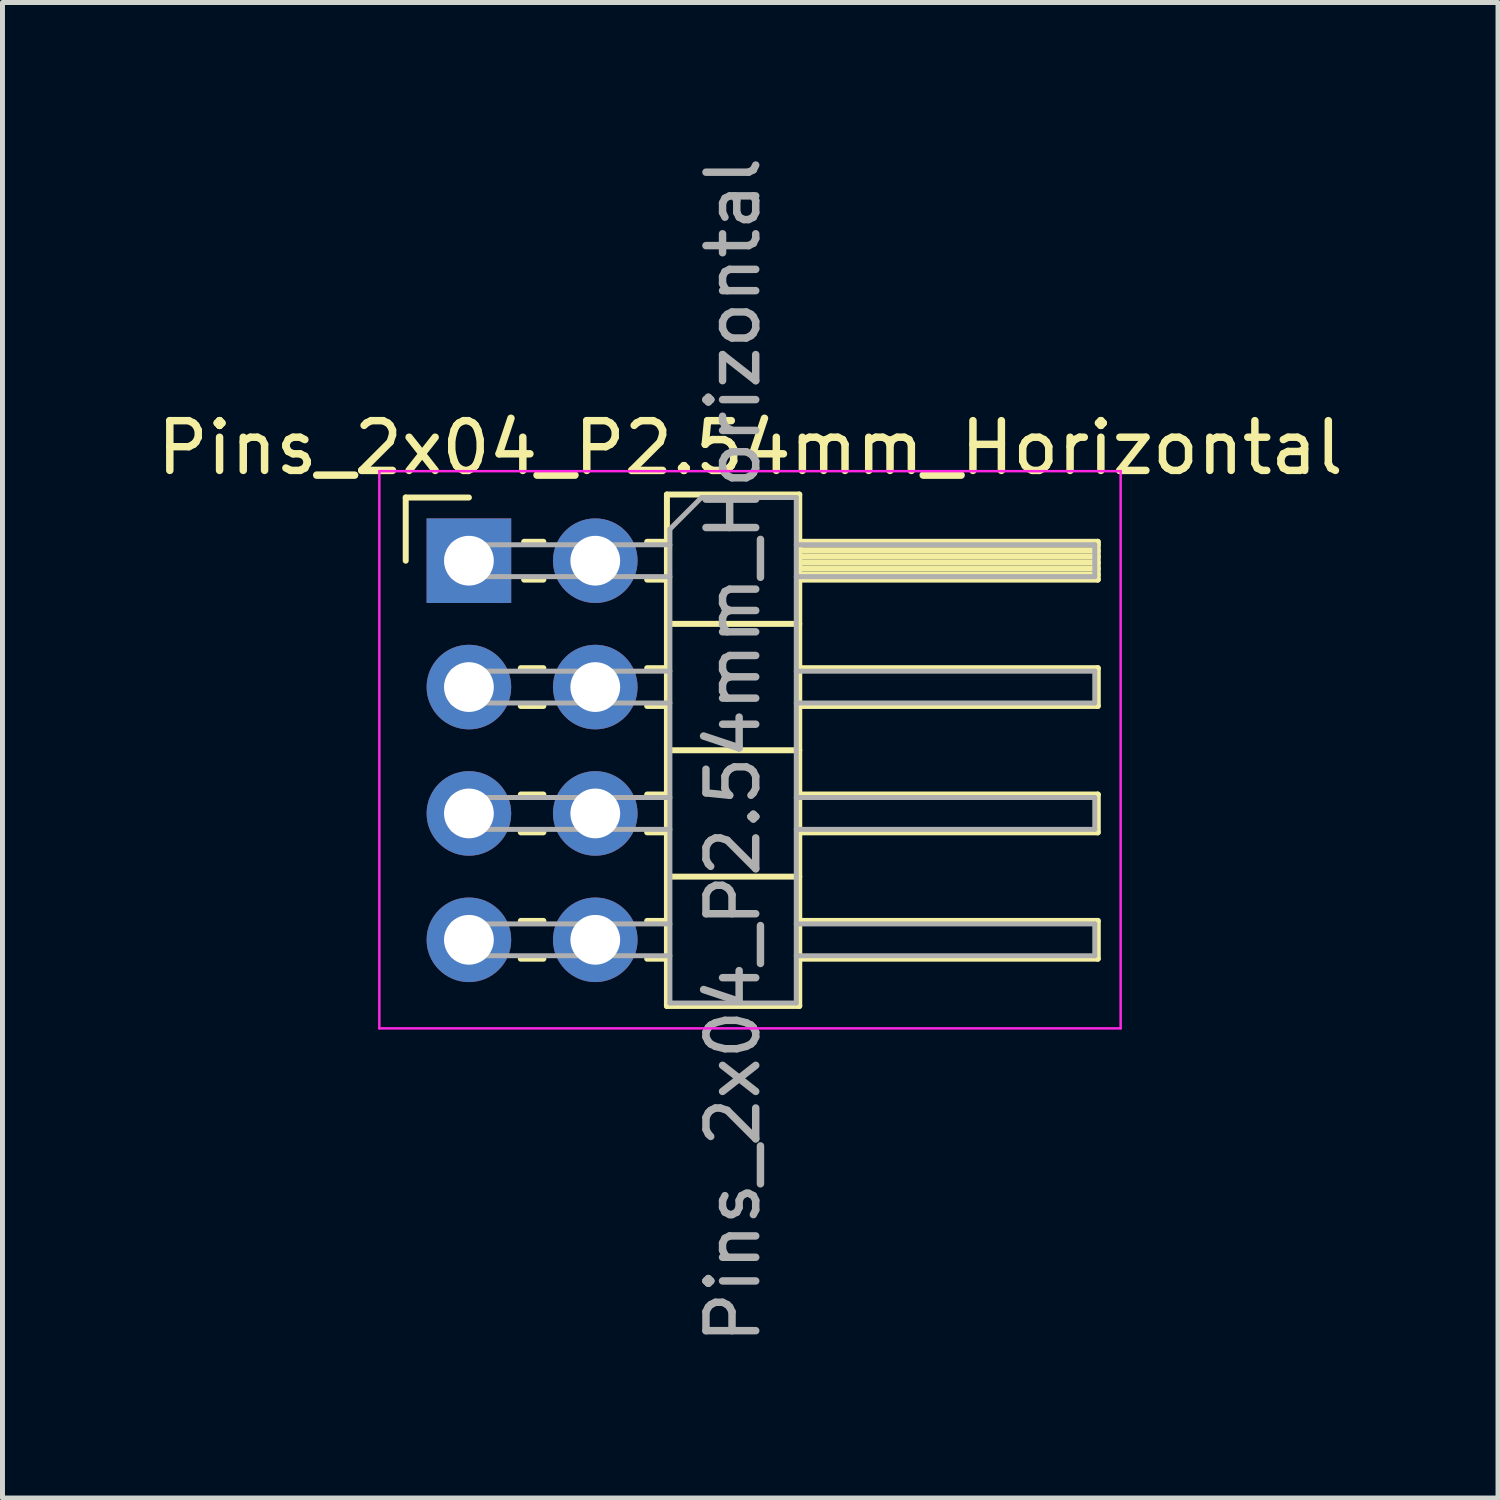
<source format=kicad_pcb>
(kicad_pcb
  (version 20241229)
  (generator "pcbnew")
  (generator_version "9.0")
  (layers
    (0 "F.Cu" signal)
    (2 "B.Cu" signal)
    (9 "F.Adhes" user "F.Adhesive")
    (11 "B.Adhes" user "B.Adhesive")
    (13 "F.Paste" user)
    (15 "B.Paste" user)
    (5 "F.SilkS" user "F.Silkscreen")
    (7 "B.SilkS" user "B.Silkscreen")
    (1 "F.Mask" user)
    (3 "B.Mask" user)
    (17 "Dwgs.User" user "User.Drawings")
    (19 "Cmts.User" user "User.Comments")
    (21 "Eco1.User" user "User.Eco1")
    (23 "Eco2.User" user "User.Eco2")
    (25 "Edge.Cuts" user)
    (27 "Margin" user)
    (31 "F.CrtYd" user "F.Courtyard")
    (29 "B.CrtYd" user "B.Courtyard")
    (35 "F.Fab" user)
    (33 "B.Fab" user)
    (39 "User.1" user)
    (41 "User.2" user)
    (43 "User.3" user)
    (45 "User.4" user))
  (footprint "Pins_2x04_P2.54mm_Horizontal"
    (layer "F.Cu")
    (at 7.645 12.03)
    (property "Reference" "Pins_2x04_P2.54mm_Horizontal" (at 4.385 -6.08 0) (layer "F.SilkS") (effects (font (size 1 1) (thickness 0.15))))
    (attr through_hole)
    (fp_line (start -2.54 -5.08) (end -1.27 -5.08) (stroke (width 0.12) (type solid)) (layer "F.SilkS"))
    (fp_line (start -2.54 -3.81) (end -2.54 -5.08) (stroke (width 0.12) (type solid)) (layer "F.SilkS"))
    (fp_line (start -0.227 -1.65) (end 0.227 -1.65) (stroke (width 0.12) (type solid)) (layer "F.SilkS"))
    (fp_line (start -0.227 -0.89) (end 0.227 -0.89) (stroke (width 0.12) (type solid)) (layer "F.SilkS"))
    (fp_line (start -0.227 0.89) (end 0.227 0.89) (stroke (width 0.12) (type solid)) (layer "F.SilkS"))
    (fp_line (start -0.227 1.65) (end 0.227 1.65) (stroke (width 0.12) (type solid)) (layer "F.SilkS"))
    (fp_line (start -0.227 3.43) (end 0.227 3.43) (stroke (width 0.12) (type solid)) (layer "F.SilkS"))
    (fp_line (start -0.227 4.19) (end 0.227 4.19) (stroke (width 0.12) (type solid)) (layer "F.SilkS"))
    (fp_line (start -0.16 -4.19) (end 0.227 -4.19) (stroke (width 0.12) (type solid)) (layer "F.SilkS"))
    (fp_line (start -0.16 -3.43) (end 0.227 -3.43) (stroke (width 0.12) (type solid)) (layer "F.SilkS"))
    (fp_line (start 2.313 -4.19) (end 2.71 -4.19) (stroke (width 0.12) (type solid)) (layer "F.SilkS"))
    (fp_line (start 2.313 -3.43) (end 2.71 -3.43) (stroke (width 0.12) (type solid)) (layer "F.SilkS"))
    (fp_line (start 2.313 -1.65) (end 2.71 -1.65) (stroke (width 0.12) (type solid)) (layer "F.SilkS"))
    (fp_line (start 2.313 -0.89) (end 2.71 -0.89) (stroke (width 0.12) (type solid)) (layer "F.SilkS"))
    (fp_line (start 2.313 0.89) (end 2.71 0.89) (stroke (width 0.12) (type solid)) (layer "F.SilkS"))
    (fp_line (start 2.313 1.65) (end 2.71 1.65) (stroke (width 0.12) (type solid)) (layer "F.SilkS"))
    (fp_line (start 2.313 3.43) (end 2.71 3.43) (stroke (width 0.12) (type solid)) (layer "F.SilkS"))
    (fp_line (start 2.313 4.19) (end 2.71 4.19) (stroke (width 0.12) (type solid)) (layer "F.SilkS"))
    (fp_line (start 2.71 -5.14) (end 2.71 5.14) (stroke (width 0.12) (type solid)) (layer "F.SilkS"))
    (fp_line (start 2.71 -2.54) (end 5.37 -2.54) (stroke (width 0.12) (type solid)) (layer "F.SilkS"))
    (fp_line (start 2.71 0) (end 5.37 0) (stroke (width 0.12) (type solid)) (layer "F.SilkS"))
    (fp_line (start 2.71 2.54) (end 5.37 2.54) (stroke (width 0.12) (type solid)) (layer "F.SilkS"))
    (fp_line (start 2.71 5.14) (end 5.37 5.14) (stroke (width 0.12) (type solid)) (layer "F.SilkS"))
    (fp_line (start 5.37 -5.14) (end 2.71 -5.14) (stroke (width 0.12) (type solid)) (layer "F.SilkS"))
    (fp_line (start 5.37 -4.19) (end 11.37 -4.19) (stroke (width 0.12) (type solid)) (layer "F.SilkS"))
    (fp_line (start 5.37 -4.13) (end 11.37 -4.13) (stroke (width 0.12) (type solid)) (layer "F.SilkS"))
    (fp_line (start 5.37 -4.01) (end 11.37 -4.01) (stroke (width 0.12) (type solid)) (layer "F.SilkS"))
    (fp_line (start 5.37 -3.89) (end 11.37 -3.89) (stroke (width 0.12) (type solid)) (layer "F.SilkS"))
    (fp_line (start 5.37 -3.77) (end 11.37 -3.77) (stroke (width 0.12) (type solid)) (layer "F.SilkS"))
    (fp_line (start 5.37 -3.65) (end 11.37 -3.65) (stroke (width 0.12) (type solid)) (layer "F.SilkS"))
    (fp_line (start 5.37 -3.53) (end 11.37 -3.53) (stroke (width 0.12) (type solid)) (layer "F.SilkS"))
    (fp_line (start 5.37 -1.65) (end 11.37 -1.65) (stroke (width 0.12) (type solid)) (layer "F.SilkS"))
    (fp_line (start 5.37 0.89) (end 11.37 0.89) (stroke (width 0.12) (type solid)) (layer "F.SilkS"))
    (fp_line (start 5.37 3.43) (end 11.37 3.43) (stroke (width 0.12) (type solid)) (layer "F.SilkS"))
    (fp_line (start 5.37 5.14) (end 5.37 -5.14) (stroke (width 0.12) (type solid)) (layer "F.SilkS"))
    (fp_line (start 11.37 -4.19) (end 11.37 -3.43) (stroke (width 0.12) (type solid)) (layer "F.SilkS"))
    (fp_line (start 11.37 -3.43) (end 5.37 -3.43) (stroke (width 0.12) (type solid)) (layer "F.SilkS"))
    (fp_line (start 11.37 -1.65) (end 11.37 -0.89) (stroke (width 0.12) (type solid)) (layer "F.SilkS"))
    (fp_line (start 11.37 -0.89) (end 5.37 -0.89) (stroke (width 0.12) (type solid)) (layer "F.SilkS"))
    (fp_line (start 11.37 0.89) (end 11.37 1.65) (stroke (width 0.12) (type solid)) (layer "F.SilkS"))
    (fp_line (start 11.37 1.65) (end 5.37 1.65) (stroke (width 0.12) (type solid)) (layer "F.SilkS"))
    (fp_line (start 11.37 3.43) (end 11.37 4.19) (stroke (width 0.12) (type solid)) (layer "F.SilkS"))
    (fp_line (start 11.37 4.19) (end 5.37 4.19) (stroke (width 0.12) (type solid)) (layer "F.SilkS"))
    (fp_line (start -3.07 -5.61) (end -3.07 5.59) (stroke (width 0.05) (type solid)) (layer "F.CrtYd"))
    (fp_line (start -3.07 5.59) (end 11.83 5.59) (stroke (width 0.05) (type solid)) (layer "F.CrtYd"))
    (fp_line (start 11.83 -5.61) (end -3.07 -5.61) (stroke (width 0.05) (type solid)) (layer "F.CrtYd"))
    (fp_line (start 11.83 5.59) (end 11.83 -5.61) (stroke (width 0.05) (type solid)) (layer "F.CrtYd"))
    (fp_line (start -1.59 -4.13) (end -1.59 -3.49) (stroke (width 0.1) (type solid)) (layer "F.Fab"))
    (fp_line (start -1.59 -4.13) (end 2.77 -4.13) (stroke (width 0.1) (type solid)) (layer "F.Fab"))
    (fp_line (start -1.59 -3.49) (end 2.77 -3.49) (stroke (width 0.1) (type solid)) (layer "F.Fab"))
    (fp_line (start -1.59 -1.59) (end -1.59 -0.95) (stroke (width 0.1) (type solid)) (layer "F.Fab"))
    (fp_line (start -1.59 -1.59) (end 2.77 -1.59) (stroke (width 0.1) (type solid)) (layer "F.Fab"))
    (fp_line (start -1.59 -0.95) (end 2.77 -0.95) (stroke (width 0.1) (type solid)) (layer "F.Fab"))
    (fp_line (start -1.59 0.95) (end -1.59 1.59) (stroke (width 0.1) (type solid)) (layer "F.Fab"))
    (fp_line (start -1.59 0.95) (end 2.77 0.95) (stroke (width 0.1) (type solid)) (layer "F.Fab"))
    (fp_line (start -1.59 1.59) (end 2.77 1.59) (stroke (width 0.1) (type solid)) (layer "F.Fab"))
    (fp_line (start -1.59 3.49) (end -1.59 4.13) (stroke (width 0.1) (type solid)) (layer "F.Fab"))
    (fp_line (start -1.59 3.49) (end 2.77 3.49) (stroke (width 0.1) (type solid)) (layer "F.Fab"))
    (fp_line (start -1.59 4.13) (end 2.77 4.13) (stroke (width 0.1) (type solid)) (layer "F.Fab"))
    (fp_line (start 2.77 -4.445) (end 3.405 -5.08) (stroke (width 0.1) (type solid)) (layer "F.Fab"))
    (fp_line (start 2.77 5.08) (end 2.77 -4.445) (stroke (width 0.1) (type solid)) (layer "F.Fab"))
    (fp_line (start 3.405 -5.08) (end 5.31 -5.08) (stroke (width 0.1) (type solid)) (layer "F.Fab"))
    (fp_line (start 5.31 -5.08) (end 5.31 5.08) (stroke (width 0.1) (type solid)) (layer "F.Fab"))
    (fp_line (start 5.31 -4.13) (end 11.31 -4.13) (stroke (width 0.1) (type solid)) (layer "F.Fab"))
    (fp_line (start 5.31 -3.49) (end 11.31 -3.49) (stroke (width 0.1) (type solid)) (layer "F.Fab"))
    (fp_line (start 5.31 -1.59) (end 11.31 -1.59) (stroke (width 0.1) (type solid)) (layer "F.Fab"))
    (fp_line (start 5.31 -0.95) (end 11.31 -0.95) (stroke (width 0.1) (type solid)) (layer "F.Fab"))
    (fp_line (start 5.31 0.95) (end 11.31 0.95) (stroke (width 0.1) (type solid)) (layer "F.Fab"))
    (fp_line (start 5.31 1.59) (end 11.31 1.59) (stroke (width 0.1) (type solid)) (layer "F.Fab"))
    (fp_line (start 5.31 3.49) (end 11.31 3.49) (stroke (width 0.1) (type solid)) (layer "F.Fab"))
    (fp_line (start 5.31 4.13) (end 11.31 4.13) (stroke (width 0.1) (type solid)) (layer "F.Fab"))
    (fp_line (start 5.31 5.08) (end 2.77 5.08) (stroke (width 0.1) (type solid)) (layer "F.Fab"))
    (fp_line (start 11.31 -4.13) (end 11.31 -3.49) (stroke (width 0.1) (type solid)) (layer "F.Fab"))
    (fp_line (start 11.31 -1.59) (end 11.31 -0.95) (stroke (width 0.1) (type solid)) (layer "F.Fab"))
    (fp_line (start 11.31 0.95) (end 11.31 1.59) (stroke (width 0.1) (type solid)) (layer "F.Fab"))
    (fp_line (start 11.31 3.49) (end 11.31 4.13) (stroke (width 0.1) (type solid)) (layer "F.Fab"))
    (fp_text user "${REFERENCE}" (at 4.04 0 90) (layer "F.Fab") (effects (font (size 1 1) (thickness 0.15))))
    (pad "1" thru_hole rect (at -1.27 -3.81) (size 1.7 1.7) (drill 1) (layers "*.Cu" "*.Mask"))
    (pad "2" thru_hole oval (at 1.27 -3.81) (size 1.7 1.7) (drill 1) (layers "*.Cu" "*.Mask"))
    (pad "3" thru_hole oval (at -1.27 -1.27) (size 1.7 1.7) (drill 1) (layers "*.Cu" "*.Mask"))
    (pad "4" thru_hole oval (at 1.27 -1.27) (size 1.7 1.7) (drill 1) (layers "*.Cu" "*.Mask"))
    (pad "5" thru_hole oval (at -1.27 1.27) (size 1.7 1.7) (drill 1) (layers "*.Cu" "*.Mask"))
    (pad "6" thru_hole oval (at 1.27 1.27) (size 1.7 1.7) (drill 1) (layers "*.Cu" "*.Mask"))
    (pad "7" thru_hole oval (at -1.27 3.81) (size 1.7 1.7) (drill 1) (layers "*.Cu" "*.Mask"))
    (pad "8" thru_hole oval (at 1.27 3.81) (size 1.7 1.7) (drill 1) (layers "*.Cu" "*.Mask")))
  (gr_rect
    (start -3 -3)
    (end 27.06 27.06)
    (stroke (width 0.1) (type default))
    (fill no)
    (layer "Edge.Cuts")))
</source>
